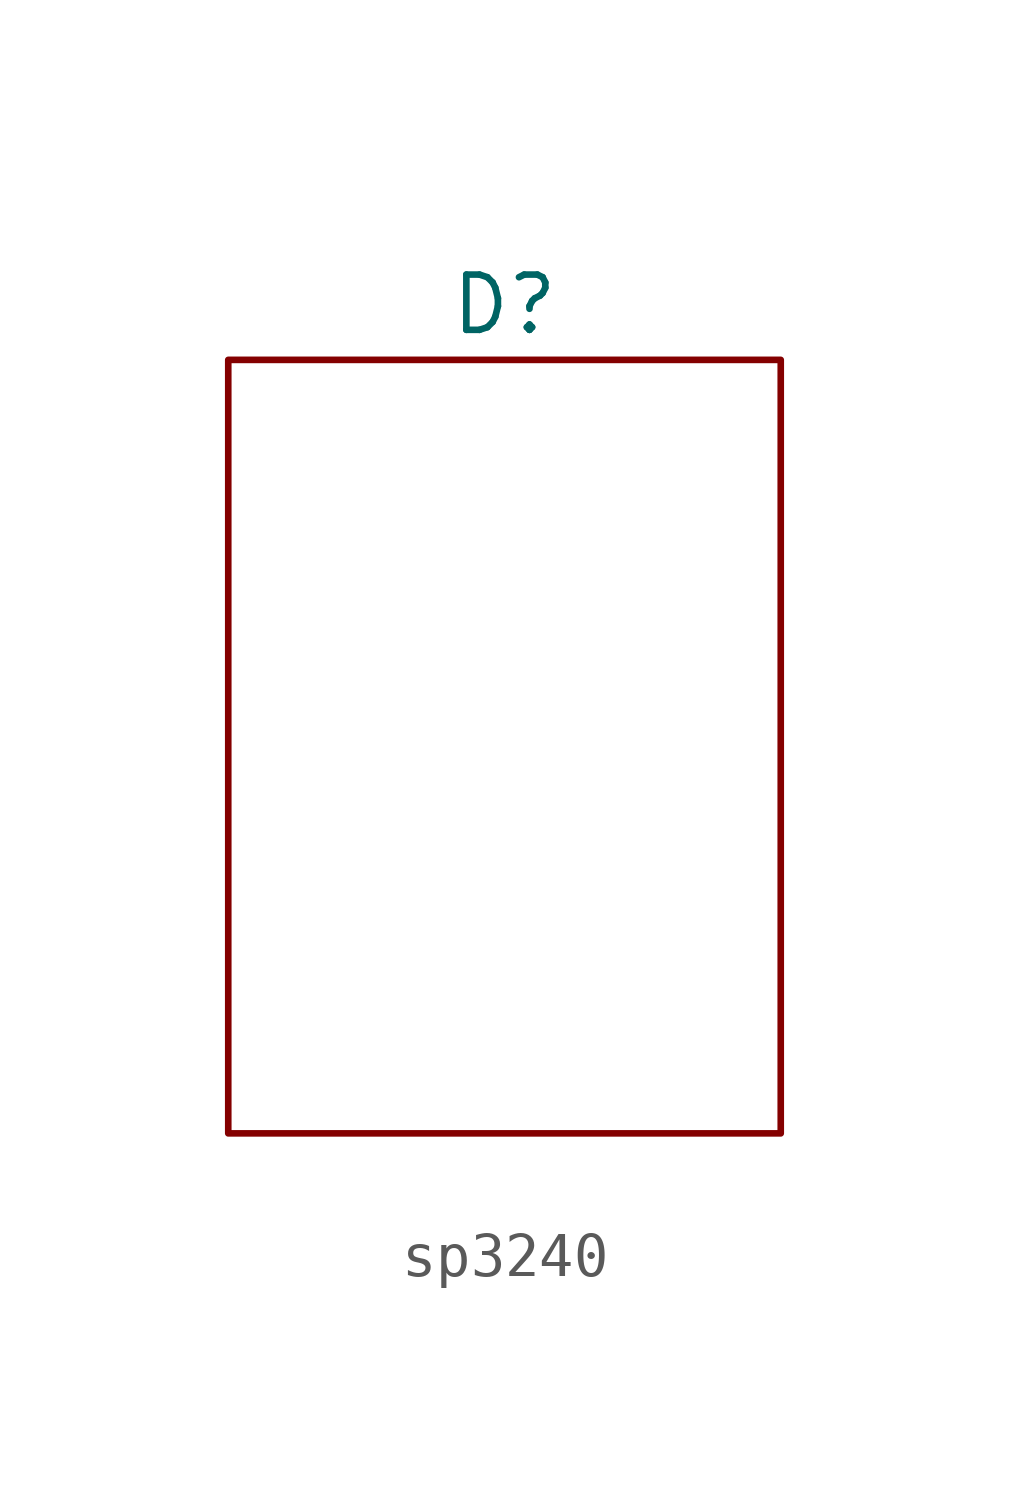
<source format=kicad_sym>
(kicad_symbol_lib
  (version 20231120)
  (generator "kicad_symbol_editor")
  (generator_version "8.0")
  (symbol "sp3240"
    (property "Reference" "D"
      (at 0 0 0)
      (effects (font (size 1.27 1.27))))
    (property "Value" ""
      (at 0 0 0)
      (effects (font (size 1.27 1.27))))
    (property "ki_locked" ""
      (at 0 0 0)
      (effects (font (size 1.27 1.27))))
    (symbol "sp3240_1_1"
      (rectangle (start -6.35 -1.27) (end 6.35 -19.05) (stroke (width 0) (type default)) (fill (type none))))))
</source>
